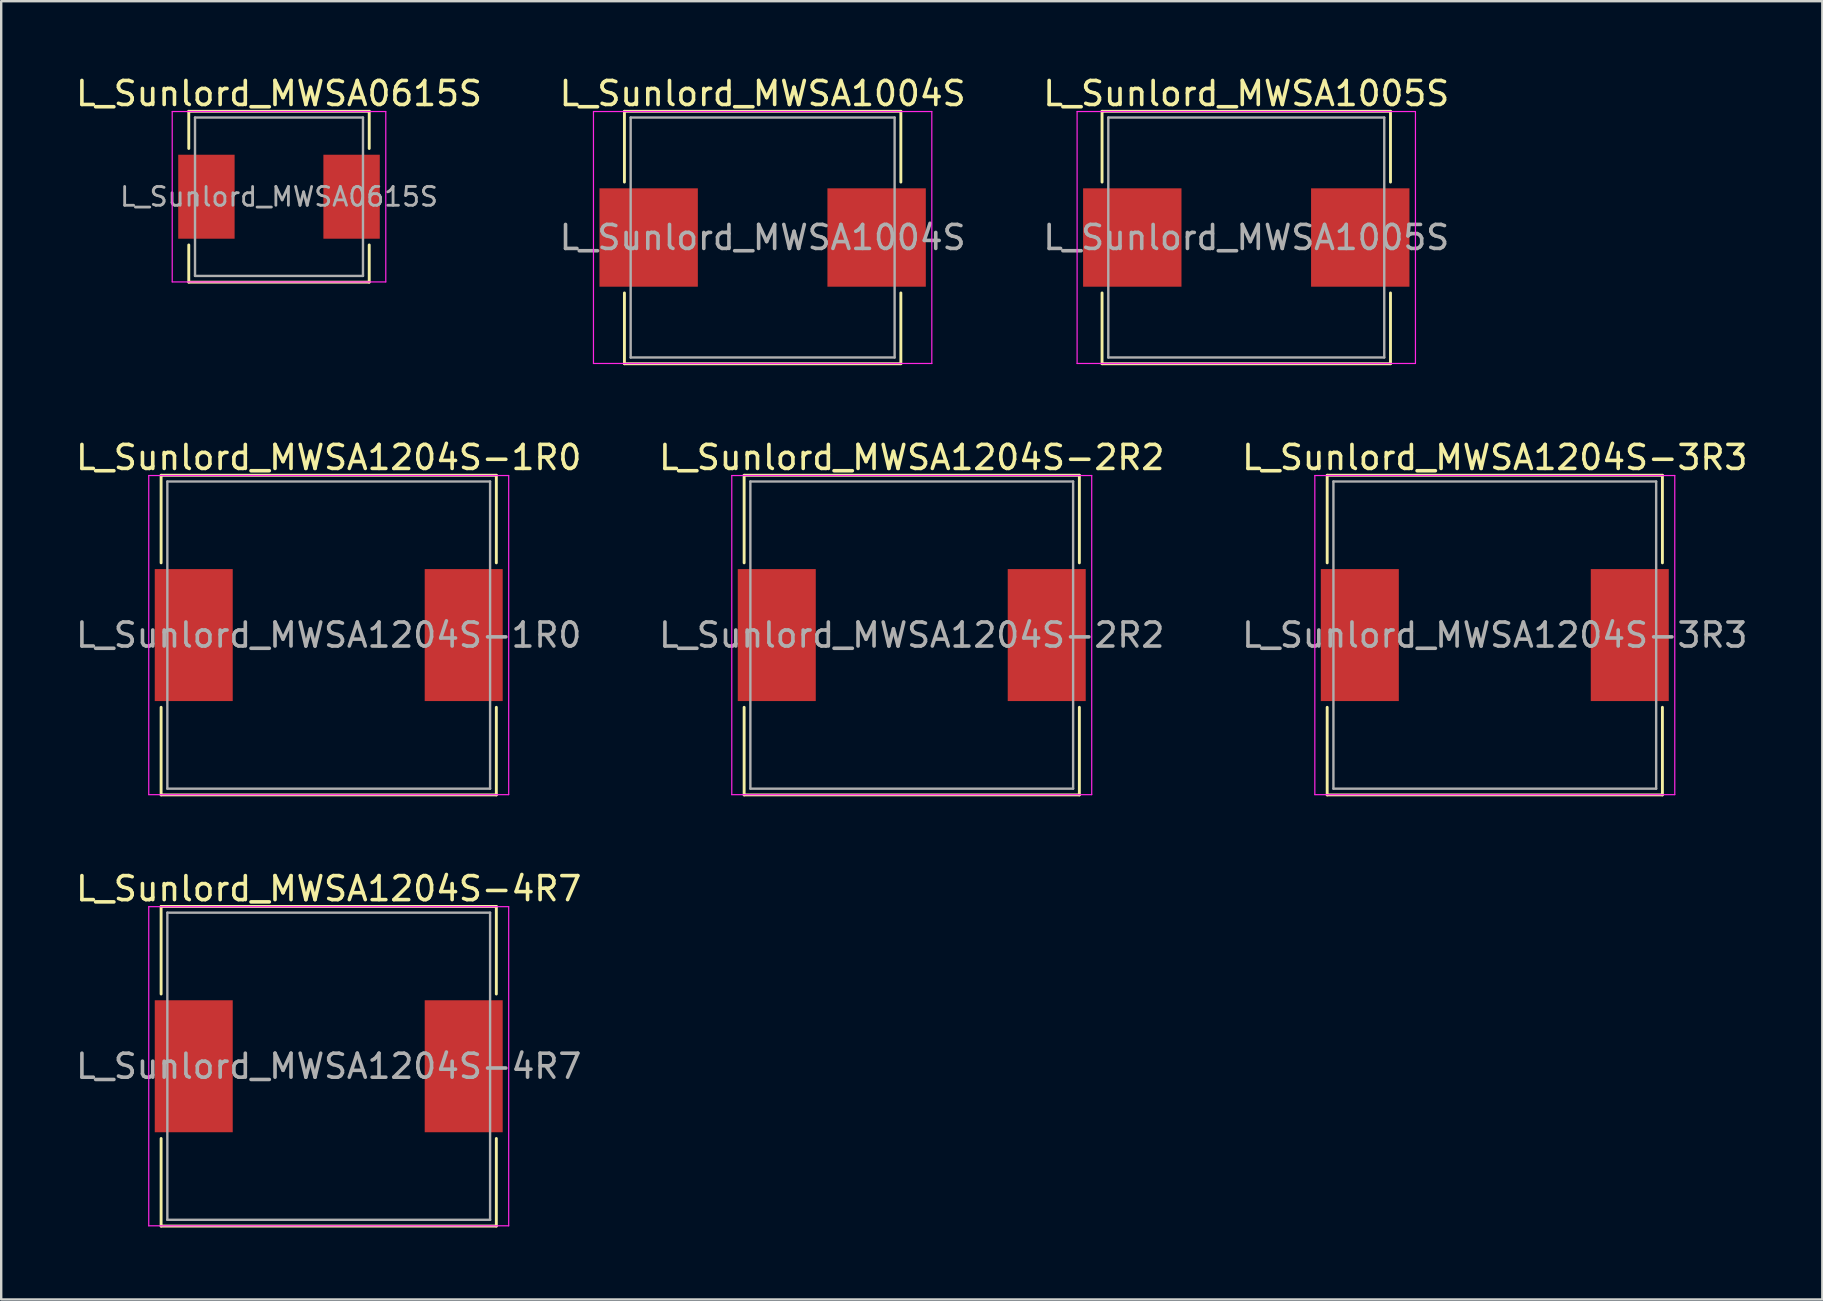
<source format=kicad_pcb>
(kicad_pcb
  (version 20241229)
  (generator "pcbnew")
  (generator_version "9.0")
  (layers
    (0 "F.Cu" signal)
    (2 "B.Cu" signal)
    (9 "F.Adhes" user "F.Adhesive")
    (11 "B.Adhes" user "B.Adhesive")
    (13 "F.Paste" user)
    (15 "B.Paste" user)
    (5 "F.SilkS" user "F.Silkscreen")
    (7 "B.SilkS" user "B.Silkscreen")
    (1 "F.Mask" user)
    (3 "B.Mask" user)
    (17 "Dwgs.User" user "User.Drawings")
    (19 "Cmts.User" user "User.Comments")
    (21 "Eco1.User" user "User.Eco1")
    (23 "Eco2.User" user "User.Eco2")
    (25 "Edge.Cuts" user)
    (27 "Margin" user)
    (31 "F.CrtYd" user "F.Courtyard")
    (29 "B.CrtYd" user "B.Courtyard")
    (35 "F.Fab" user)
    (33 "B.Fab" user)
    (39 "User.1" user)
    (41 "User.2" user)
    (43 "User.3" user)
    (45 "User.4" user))
  (footprint "L_Sunlord_MWSA1204S-1R0"
    (layer "F.Cu")
    (at 10.649 23.416)
    (property "Reference" "L_Sunlord_MWSA1204S-1R0" (at 0 -7.4 0) (layer "F.SilkS") (effects (font (size 1 1) (thickness 0.15))))
    (attr smd)
    (fp_line (start -6.985 -6.66) (end -6.985 -3.01) (stroke (width 0.12) (type solid)) (layer "F.SilkS"))
    (fp_line (start -6.985 -6.66) (end 6.985 -6.66) (stroke (width 0.12) (type solid)) (layer "F.SilkS"))
    (fp_line (start -6.985 6.66) (end -6.985 3.01) (stroke (width 0.12) (type solid)) (layer "F.SilkS"))
    (fp_line (start -6.985 6.66) (end 6.985 6.66) (stroke (width 0.12) (type solid)) (layer "F.SilkS"))
    (fp_line (start 6.985 -6.66) (end 6.985 -3.01) (stroke (width 0.12) (type solid)) (layer "F.SilkS"))
    (fp_line (start 6.985 6.66) (end 6.985 3.01) (stroke (width 0.12) (type solid)) (layer "F.SilkS"))
    (fp_line (start -7.5 -6.65) (end -7.5 6.65) (stroke (width 0.05) (type solid)) (layer "F.CrtYd"))
    (fp_line (start -7.5 6.65) (end 7.5 6.65) (stroke (width 0.05) (type solid)) (layer "F.CrtYd"))
    (fp_line (start 7.5 -6.65) (end -7.5 -6.65) (stroke (width 0.05) (type solid)) (layer "F.CrtYd"))
    (fp_line (start 7.5 6.65) (end 7.5 -6.65) (stroke (width 0.05) (type solid)) (layer "F.CrtYd"))
    (fp_line (start -6.725 -6.4) (end -6.725 6.4) (stroke (width 0.1) (type solid)) (layer "F.Fab"))
    (fp_line (start -6.725 6.4) (end 6.725 6.4) (stroke (width 0.1) (type solid)) (layer "F.Fab"))
    (fp_line (start 6.725 -6.4) (end -6.725 -6.4) (stroke (width 0.1) (type solid)) (layer "F.Fab"))
    (fp_line (start 6.725 6.4) (end 6.725 -6.4) (stroke (width 0.1) (type solid)) (layer "F.Fab"))
    (fp_text user "${REFERENCE}" (at 0 0 0) (layer "F.Fab") (effects (font (size 1 1) (thickness 0.15))))
    (pad "1" smd rect (at -5.625 0) (size 3.25 5.5) (layers "F.Cu" "F.Mask" "F.Paste"))
    (pad "2" smd rect (at 5.625 0) (size 3.25 5.5) (layers "F.Cu" "F.Mask" "F.Paste")))
  (footprint "L_Sunlord_MWSA1204S-3R3"
    (layer "F.Cu")
    (at 59.244 23.416)
    (property "Reference" "L_Sunlord_MWSA1204S-3R3" (at 0 -7.4 0) (layer "F.SilkS") (effects (font (size 1 1) (thickness 0.15))))
    (attr smd)
    (fp_line (start -6.985 -6.66) (end -6.985 -3.01) (stroke (width 0.12) (type solid)) (layer "F.SilkS"))
    (fp_line (start -6.985 -6.66) (end 6.985 -6.66) (stroke (width 0.12) (type solid)) (layer "F.SilkS"))
    (fp_line (start -6.985 6.66) (end -6.985 3.01) (stroke (width 0.12) (type solid)) (layer "F.SilkS"))
    (fp_line (start -6.985 6.66) (end 6.985 6.66) (stroke (width 0.12) (type solid)) (layer "F.SilkS"))
    (fp_line (start 6.985 -6.66) (end 6.985 -3.01) (stroke (width 0.12) (type solid)) (layer "F.SilkS"))
    (fp_line (start 6.985 6.66) (end 6.985 3.01) (stroke (width 0.12) (type solid)) (layer "F.SilkS"))
    (fp_line (start -7.5 -6.65) (end -7.5 6.65) (stroke (width 0.05) (type solid)) (layer "F.CrtYd"))
    (fp_line (start -7.5 6.65) (end 7.5 6.65) (stroke (width 0.05) (type solid)) (layer "F.CrtYd"))
    (fp_line (start 7.5 -6.65) (end -7.5 -6.65) (stroke (width 0.05) (type solid)) (layer "F.CrtYd"))
    (fp_line (start 7.5 6.65) (end 7.5 -6.65) (stroke (width 0.05) (type solid)) (layer "F.CrtYd"))
    (fp_line (start -6.725 -6.4) (end -6.725 6.4) (stroke (width 0.1) (type solid)) (layer "F.Fab"))
    (fp_line (start -6.725 6.4) (end 6.725 6.4) (stroke (width 0.1) (type solid)) (layer "F.Fab"))
    (fp_line (start 6.725 -6.4) (end -6.725 -6.4) (stroke (width 0.1) (type solid)) (layer "F.Fab"))
    (fp_line (start 6.725 6.4) (end 6.725 -6.4) (stroke (width 0.1) (type solid)) (layer "F.Fab"))
    (fp_text user "${REFERENCE}" (at 0 0 0) (layer "F.Fab") (effects (font (size 1 1) (thickness 0.15))))
    (pad "1" smd rect (at -5.625 0) (size 3.25 5.5) (layers "F.Cu" "F.Mask" "F.Paste"))
    (pad "2" smd rect (at 5.625 0) (size 3.25 5.5) (layers "F.Cu" "F.Mask" "F.Paste")))
  (footprint "L_Sunlord_MWSA1004S"
    (layer "F.Cu")
    (at 28.732 6.848)
    (property "Reference" "L_Sunlord_MWSA1004S" (at 0 -6 0) (layer "F.SilkS") (effects (font (size 1 1) (thickness 0.15))))
    (attr smd)
    (fp_line (start -5.76 -5.26) (end -5.76 -2.31) (stroke (width 0.12) (type solid)) (layer "F.SilkS"))
    (fp_line (start -5.76 -5.26) (end 5.76 -5.26) (stroke (width 0.12) (type solid)) (layer "F.SilkS"))
    (fp_line (start -5.76 5.26) (end -5.76 2.31) (stroke (width 0.12) (type solid)) (layer "F.SilkS"))
    (fp_line (start -5.76 5.26) (end 5.76 5.26) (stroke (width 0.12) (type solid)) (layer "F.SilkS"))
    (fp_line (start 5.76 -5.26) (end 5.76 -2.31) (stroke (width 0.12) (type solid)) (layer "F.SilkS"))
    (fp_line (start 5.76 5.26) (end 5.76 2.31) (stroke (width 0.12) (type solid)) (layer "F.SilkS"))
    (fp_line (start -7.05 -5.25) (end -7.05 5.25) (stroke (width 0.05) (type solid)) (layer "F.CrtYd"))
    (fp_line (start -7.05 5.25) (end 7.05 5.25) (stroke (width 0.05) (type solid)) (layer "F.CrtYd"))
    (fp_line (start 7.05 -5.25) (end -7.05 -5.25) (stroke (width 0.05) (type solid)) (layer "F.CrtYd"))
    (fp_line (start 7.05 5.25) (end 7.05 -5.25) (stroke (width 0.05) (type solid)) (layer "F.CrtYd"))
    (fp_line (start -5.5 -5) (end -5.5 5) (stroke (width 0.1) (type solid)) (layer "F.Fab"))
    (fp_line (start -5.5 5) (end 5.5 5) (stroke (width 0.1) (type solid)) (layer "F.Fab"))
    (fp_line (start 5.5 -5) (end -5.5 -5) (stroke (width 0.1) (type solid)) (layer "F.Fab"))
    (fp_line (start 5.5 5) (end 5.5 -5) (stroke (width 0.1) (type solid)) (layer "F.Fab"))
    (fp_text user "${REFERENCE}" (at 0 0 0) (layer "F.Fab") (effects (font (size 1 1) (thickness 0.15))))
    (pad "1" smd rect (at -4.75 0) (size 4.1 4.1) (layers "F.Cu" "F.Mask" "F.Paste"))
    (pad "2" smd rect (at 4.75 0) (size 4.1 4.1) (layers "F.Cu" "F.Mask" "F.Paste")))
  (footprint "L_Sunlord_MWSA1204S-4R7"
    (layer "F.Cu")
    (at 10.649 41.385)
    (property "Reference" "L_Sunlord_MWSA1204S-4R7" (at 0 -7.4 0) (layer "F.SilkS") (effects (font (size 1 1) (thickness 0.15))))
    (attr smd)
    (fp_line (start -6.985 -6.66) (end -6.985 -3.01) (stroke (width 0.12) (type solid)) (layer "F.SilkS"))
    (fp_line (start -6.985 -6.66) (end 6.985 -6.66) (stroke (width 0.12) (type solid)) (layer "F.SilkS"))
    (fp_line (start -6.985 6.66) (end -6.985 3.01) (stroke (width 0.12) (type solid)) (layer "F.SilkS"))
    (fp_line (start -6.985 6.66) (end 6.985 6.66) (stroke (width 0.12) (type solid)) (layer "F.SilkS"))
    (fp_line (start 6.985 -6.66) (end 6.985 -3.01) (stroke (width 0.12) (type solid)) (layer "F.SilkS"))
    (fp_line (start 6.985 6.66) (end 6.985 3.01) (stroke (width 0.12) (type solid)) (layer "F.SilkS"))
    (fp_line (start -7.5 -6.65) (end -7.5 6.65) (stroke (width 0.05) (type solid)) (layer "F.CrtYd"))
    (fp_line (start -7.5 6.65) (end 7.5 6.65) (stroke (width 0.05) (type solid)) (layer "F.CrtYd"))
    (fp_line (start 7.5 -6.65) (end -7.5 -6.65) (stroke (width 0.05) (type solid)) (layer "F.CrtYd"))
    (fp_line (start 7.5 6.65) (end 7.5 -6.65) (stroke (width 0.05) (type solid)) (layer "F.CrtYd"))
    (fp_line (start -6.725 -6.4) (end -6.725 6.4) (stroke (width 0.1) (type solid)) (layer "F.Fab"))
    (fp_line (start -6.725 6.4) (end 6.725 6.4) (stroke (width 0.1) (type solid)) (layer "F.Fab"))
    (fp_line (start 6.725 -6.4) (end -6.725 -6.4) (stroke (width 0.1) (type solid)) (layer "F.Fab"))
    (fp_line (start 6.725 6.4) (end 6.725 -6.4) (stroke (width 0.1) (type solid)) (layer "F.Fab"))
    (fp_text user "${REFERENCE}" (at 0 0 0) (layer "F.Fab") (effects (font (size 1 1) (thickness 0.15))))
    (pad "1" smd rect (at -5.625 0) (size 3.25 5.5) (layers "F.Cu" "F.Mask" "F.Paste"))
    (pad "2" smd rect (at 5.625 0) (size 3.25 5.5) (layers "F.Cu" "F.Mask" "F.Paste")))
  (footprint "L_Sunlord_MWSA1204S-2R2"
    (layer "F.Cu")
    (at 34.946 23.416)
    (property "Reference" "L_Sunlord_MWSA1204S-2R2" (at 0 -7.4 0) (layer "F.SilkS") (effects (font (size 1 1) (thickness 0.15))))
    (attr smd)
    (fp_line (start -6.985 -6.66) (end -6.985 -3.01) (stroke (width 0.12) (type solid)) (layer "F.SilkS"))
    (fp_line (start -6.985 -6.66) (end 6.985 -6.66) (stroke (width 0.12) (type solid)) (layer "F.SilkS"))
    (fp_line (start -6.985 6.66) (end -6.985 3.01) (stroke (width 0.12) (type solid)) (layer "F.SilkS"))
    (fp_line (start -6.985 6.66) (end 6.985 6.66) (stroke (width 0.12) (type solid)) (layer "F.SilkS"))
    (fp_line (start 6.985 -6.66) (end 6.985 -3.01) (stroke (width 0.12) (type solid)) (layer "F.SilkS"))
    (fp_line (start 6.985 6.66) (end 6.985 3.01) (stroke (width 0.12) (type solid)) (layer "F.SilkS"))
    (fp_line (start -7.5 -6.65) (end -7.5 6.65) (stroke (width 0.05) (type solid)) (layer "F.CrtYd"))
    (fp_line (start -7.5 6.65) (end 7.5 6.65) (stroke (width 0.05) (type solid)) (layer "F.CrtYd"))
    (fp_line (start 7.5 -6.65) (end -7.5 -6.65) (stroke (width 0.05) (type solid)) (layer "F.CrtYd"))
    (fp_line (start 7.5 6.65) (end 7.5 -6.65) (stroke (width 0.05) (type solid)) (layer "F.CrtYd"))
    (fp_line (start -6.725 -6.4) (end -6.725 6.4) (stroke (width 0.1) (type solid)) (layer "F.Fab"))
    (fp_line (start -6.725 6.4) (end 6.725 6.4) (stroke (width 0.1) (type solid)) (layer "F.Fab"))
    (fp_line (start 6.725 -6.4) (end -6.725 -6.4) (stroke (width 0.1) (type solid)) (layer "F.Fab"))
    (fp_line (start 6.725 6.4) (end 6.725 -6.4) (stroke (width 0.1) (type solid)) (layer "F.Fab"))
    (fp_text user "${REFERENCE}" (at 0 0 0) (layer "F.Fab") (effects (font (size 1 1) (thickness 0.15))))
    (pad "1" smd rect (at -5.625 0) (size 3.25 5.5) (layers "F.Cu" "F.Mask" "F.Paste"))
    (pad "2" smd rect (at 5.625 0) (size 3.25 5.5) (layers "F.Cu" "F.Mask" "F.Paste")))
  (footprint "L_Sunlord_MWSA0615S"
    (layer "F.Cu")
    (at 8.577 5.148)
    (property "Reference" "L_Sunlord_MWSA0615S" (at 0 -4.3 0) (layer "F.SilkS") (effects (font (size 1 1) (thickness 0.15))))
    (attr smd)
    (fp_line (start -3.76 -3.56) (end -3.76 -2.01) (stroke (width 0.12) (type solid)) (layer "F.SilkS"))
    (fp_line (start -3.76 -3.56) (end 3.76 -3.56) (stroke (width 0.12) (type solid)) (layer "F.SilkS"))
    (fp_line (start -3.76 3.56) (end -3.76 2.01) (stroke (width 0.12) (type solid)) (layer "F.SilkS"))
    (fp_line (start -3.76 3.56) (end 3.76 3.56) (stroke (width 0.12) (type solid)) (layer "F.SilkS"))
    (fp_line (start 3.76 -3.56) (end 3.76 -2.01) (stroke (width 0.12) (type solid)) (layer "F.SilkS"))
    (fp_line (start 3.76 3.56) (end 3.76 2.01) (stroke (width 0.12) (type solid)) (layer "F.SilkS"))
    (fp_line (start -4.45 -3.55) (end -4.45 3.55) (stroke (width 0.05) (type solid)) (layer "F.CrtYd"))
    (fp_line (start -4.45 3.55) (end 4.45 3.55) (stroke (width 0.05) (type solid)) (layer "F.CrtYd"))
    (fp_line (start 4.45 -3.55) (end -4.45 -3.55) (stroke (width 0.05) (type solid)) (layer "F.CrtYd"))
    (fp_line (start 4.45 3.55) (end 4.45 -3.55) (stroke (width 0.05) (type solid)) (layer "F.CrtYd"))
    (fp_line (start -3.5 -3.3) (end -3.5 3.3) (stroke (width 0.1) (type solid)) (layer "F.Fab"))
    (fp_line (start -3.5 3.3) (end 3.5 3.3) (stroke (width 0.1) (type solid)) (layer "F.Fab"))
    (fp_line (start 3.5 -3.3) (end -3.5 -3.3) (stroke (width 0.1) (type solid)) (layer "F.Fab"))
    (fp_line (start 3.5 3.3) (end 3.5 -3.3) (stroke (width 0.1) (type solid)) (layer "F.Fab"))
    (fp_text user "${REFERENCE}" (at 0 0 0) (layer "F.Fab") (effects (font (size 0.783 0.783) (thickness 0.117))))
    (pad "1" smd rect (at -3.025 0) (size 2.35 3.5) (layers "F.Cu" "F.Mask" "F.Paste"))
    (pad "2" smd rect (at 3.025 0) (size 2.35 3.5) (layers "F.Cu" "F.Mask" "F.Paste")))
  (footprint "L_Sunlord_MWSA1005S"
    (layer "F.Cu")
    (at 48.887 6.848)
    (property "Reference" "L_Sunlord_MWSA1005S" (at 0 -6 0) (layer "F.SilkS") (effects (font (size 1 1) (thickness 0.15))))
    (attr smd)
    (fp_line (start -6.01 -5.26) (end -6.01 -2.31) (stroke (width 0.12) (type solid)) (layer "F.SilkS"))
    (fp_line (start -6.01 -5.26) (end 6.01 -5.26) (stroke (width 0.12) (type solid)) (layer "F.SilkS"))
    (fp_line (start -6.01 5.26) (end -6.01 2.31) (stroke (width 0.12) (type solid)) (layer "F.SilkS"))
    (fp_line (start -6.01 5.26) (end 6.01 5.26) (stroke (width 0.12) (type solid)) (layer "F.SilkS"))
    (fp_line (start 6.01 -5.26) (end 6.01 -2.31) (stroke (width 0.12) (type solid)) (layer "F.SilkS"))
    (fp_line (start 6.01 5.26) (end 6.01 2.31) (stroke (width 0.12) (type solid)) (layer "F.SilkS"))
    (fp_line (start -7.05 -5.25) (end -7.05 5.25) (stroke (width 0.05) (type solid)) (layer "F.CrtYd"))
    (fp_line (start -7.05 5.25) (end 7.05 5.25) (stroke (width 0.05) (type solid)) (layer "F.CrtYd"))
    (fp_line (start 7.05 -5.25) (end -7.05 -5.25) (stroke (width 0.05) (type solid)) (layer "F.CrtYd"))
    (fp_line (start 7.05 5.25) (end 7.05 -5.25) (stroke (width 0.05) (type solid)) (layer "F.CrtYd"))
    (fp_line (start -5.75 -5) (end -5.75 5) (stroke (width 0.1) (type solid)) (layer "F.Fab"))
    (fp_line (start -5.75 5) (end 5.75 5) (stroke (width 0.1) (type solid)) (layer "F.Fab"))
    (fp_line (start 5.75 -5) (end -5.75 -5) (stroke (width 0.1) (type solid)) (layer "F.Fab"))
    (fp_line (start 5.75 5) (end 5.75 -5) (stroke (width 0.1) (type solid)) (layer "F.Fab"))
    (fp_text user "${REFERENCE}" (at 0 0 0) (layer "F.Fab") (effects (font (size 1 1) (thickness 0.15))))
    (pad "1" smd rect (at -4.75 0) (size 4.1 4.1) (layers "F.Cu" "F.Mask" "F.Paste"))
    (pad "2" smd rect (at 4.75 0) (size 4.1 4.1) (layers "F.Cu" "F.Mask" "F.Paste")))
  (gr_rect
    (start -3 -3)
    (end 72.893 51.105)
    (stroke (width 0.1) (type default))
    (fill no)
    (layer "Edge.Cuts")))
</source>
